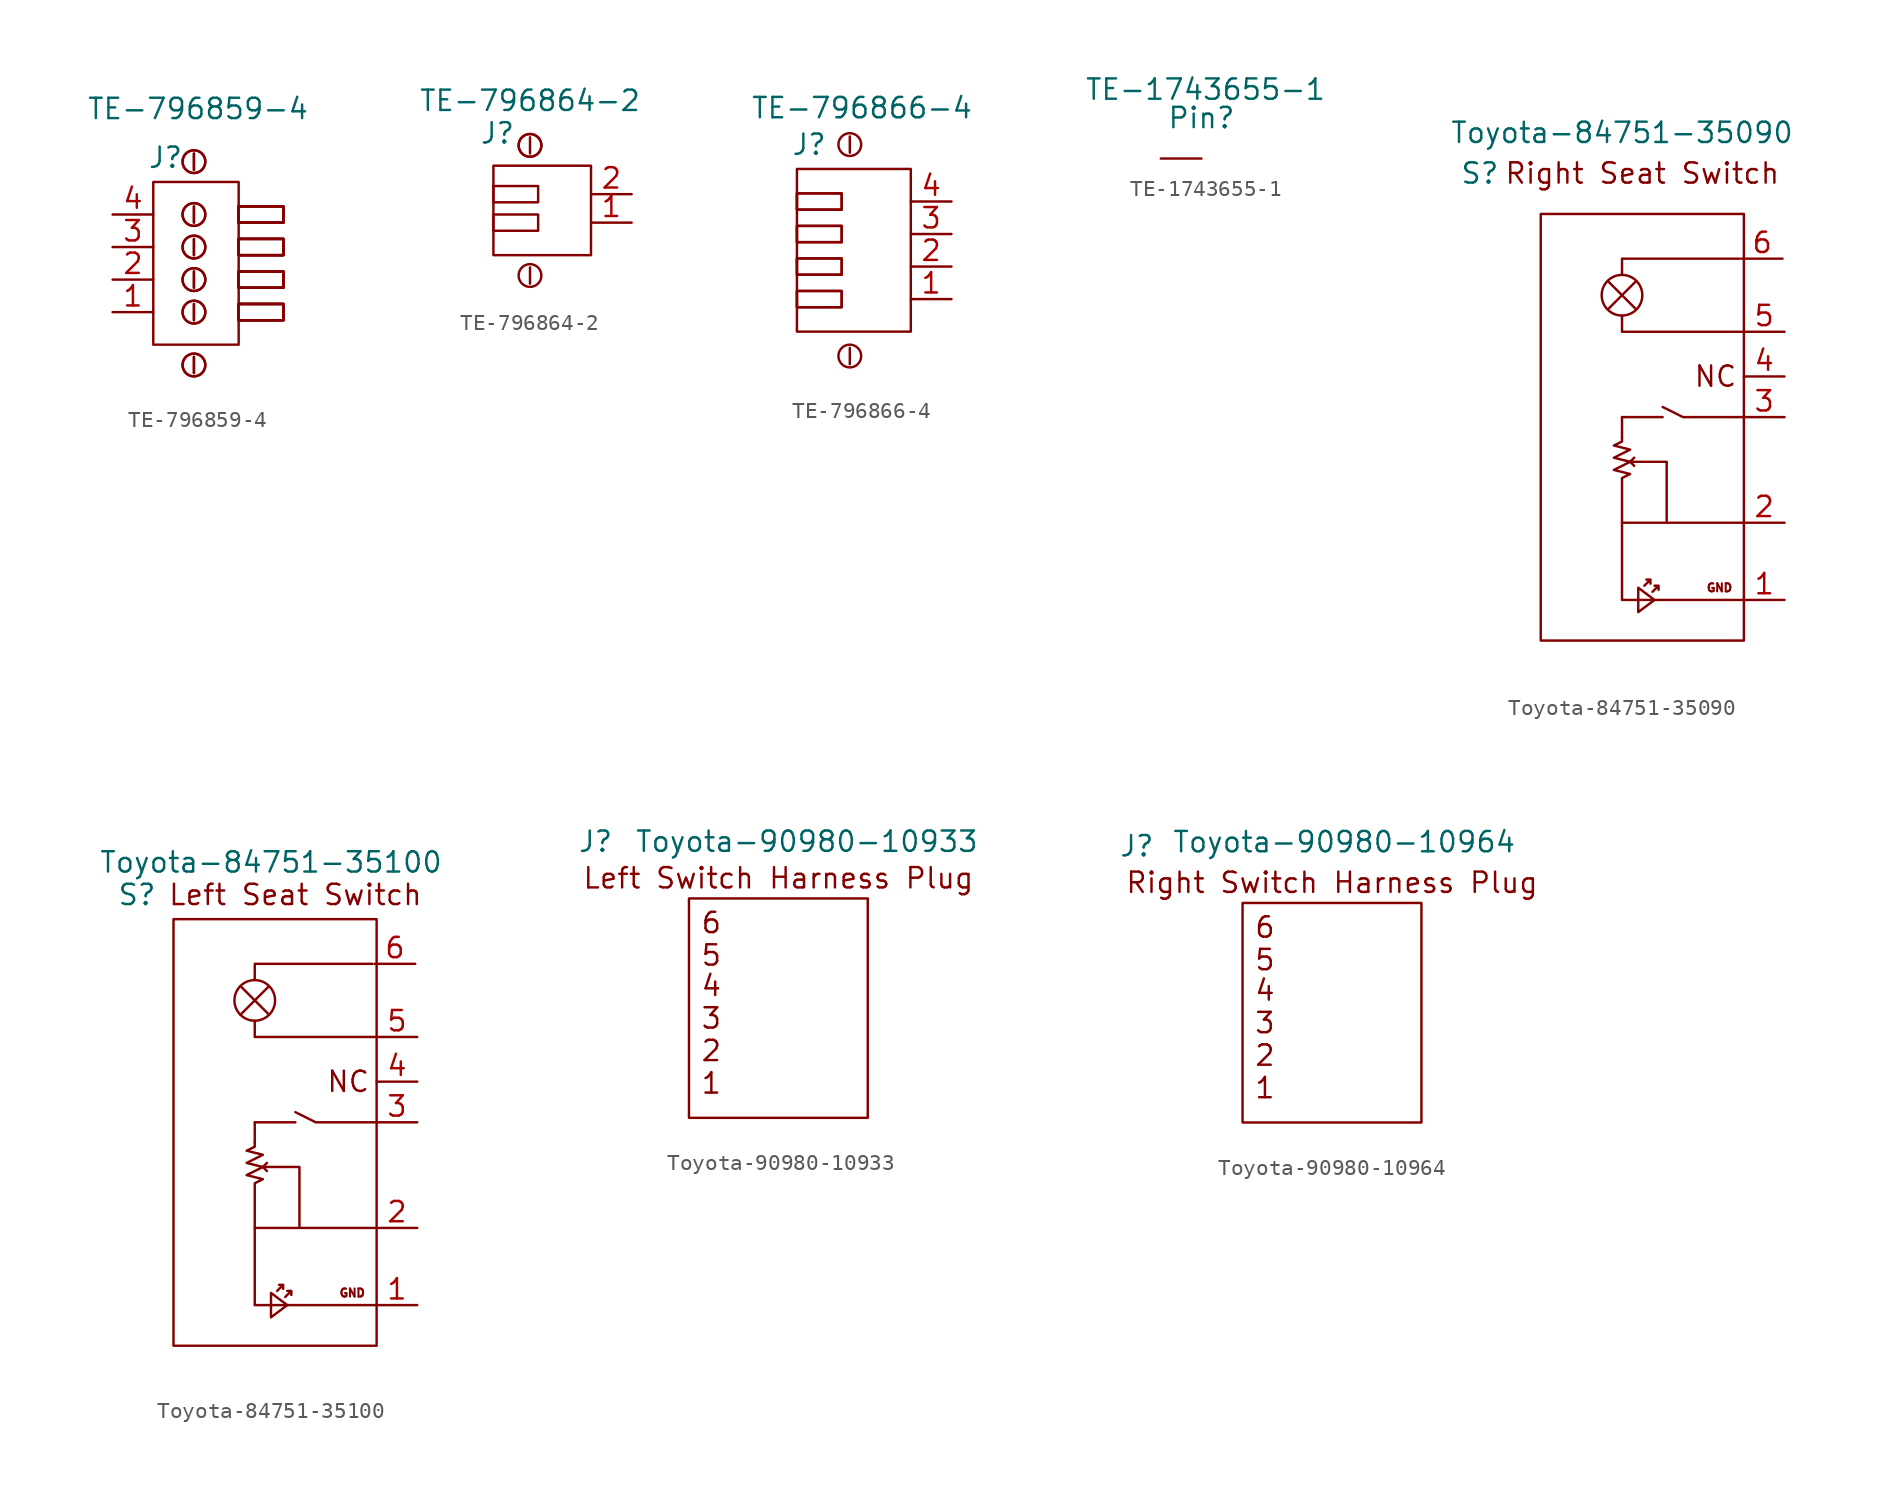
<source format=kicad_sym>
(kicad_symbol_lib
  (version 20220914)
  (generator kicad_symbol_editor)
  (symbol "TE-796859-4"
    (pin_names
      (offset 1.016) hide)
    (property "Reference" "J"
      (at -1.778 0.254 0)
      (effects (font (size 1.27 1.27))))
    (property "Value" "TE-796859-4"
      (at 0.254 3.302 0)
      (effects (font (size 1.27 1.27))))
    (symbol "TE-796859-4_1_1"
      (rectangle (start -2.54 -1.27) (end 2.794 -11.43) (stroke (width 0) (type solid)) (fill (type none)))
      (circle (center 0 -12.7) (radius 0.711) (stroke (width 0) (type solid)) (fill (type none)))
      (circle (center 0 -12.7) (radius 0.711) (stroke (width 0) (type solid)) (fill (type none)))
      (circle (center 0 -9.398) (radius 0.711) (stroke (width 0) (type solid)) (fill (type none)))
      (circle (center 0 -9.398) (radius 0.711) (stroke (width 0) (type solid)) (fill (type none)))
      (circle (center 0 -7.366) (radius 0.711) (stroke (width 0) (type solid)) (fill (type none)))
      (circle (center 0 -7.366) (radius 0.711) (stroke (width 0) (type solid)) (fill (type none)))
      (circle (center 0 -5.334) (radius 0.711) (stroke (width 0) (type solid)) (fill (type none)))
      (circle (center 0 -5.334) (radius 0.711) (stroke (width 0) (type solid)) (fill (type none)))
      (circle (center 0 -3.302) (radius 0.711) (stroke (width 0) (type solid)) (fill (type none)))
      (circle (center 0 -3.302) (radius 0.711) (stroke (width 0) (type solid)) (fill (type none)))
      (polyline (pts (xy 0 -12.192) (xy 0 -13.208)) (stroke (width 0) (type solid)) (fill (type none)))
      (polyline (pts (xy 0 -12.192) (xy 0 -13.208)) (stroke (width 0) (type solid)) (fill (type none)))
      (polyline (pts (xy 0 -8.89) (xy 0 -9.906)) (stroke (width 0) (type solid)) (fill (type none)))
      (polyline (pts (xy 0 -8.89) (xy 0 -9.906)) (stroke (width 0) (type solid)) (fill (type none)))
      (polyline (pts (xy 0 -6.858) (xy 0 -7.874)) (stroke (width 0) (type solid)) (fill (type none)))
      (polyline (pts (xy 0 -6.858) (xy 0 -7.874)) (stroke (width 0) (type solid)) (fill (type none)))
      (polyline (pts (xy 0 -4.826) (xy 0 -5.842)) (stroke (width 0) (type solid)) (fill (type none)))
      (polyline (pts (xy 0 -4.826) (xy 0 -5.842)) (stroke (width 0) (type solid)) (fill (type none)))
      (polyline (pts (xy 0 -2.794) (xy 0 -3.81)) (stroke (width 0) (type solid)) (fill (type none)))
      (polyline (pts (xy 0 -2.794) (xy 0 -3.81)) (stroke (width 0) (type solid)) (fill (type none)))
      (polyline (pts (xy 0 0.508) (xy 0 -0.508)) (stroke (width 0) (type solid)) (fill (type none)))
      (polyline (pts (xy 0 0.508) (xy 0 -0.508)) (stroke (width 0) (type solid)) (fill (type none)))
      (circle (center 0 0) (radius 0.711) (stroke (width 0) (type solid)) (fill (type none)))
      (circle (center 0 0) (radius 0.711) (stroke (width 0) (type solid)) (fill (type none)))
      (rectangle (start 2.794 -8.89) (end 5.588 -9.906) (stroke (width 0) (type solid)) (fill (type none)))
      (rectangle (start 2.794 -8.89) (end 5.588 -9.906) (stroke (width 0) (type solid)) (fill (type none)))
      (rectangle (start 2.794 -8.89) (end 5.588 -9.906) (stroke (width 0) (type solid)) (fill (type none)))
      (rectangle (start 2.794 -8.89) (end 5.588 -9.906) (stroke (width 0) (type solid)) (fill (type none)))
      (rectangle (start 2.794 -6.858) (end 5.588 -7.874) (stroke (width 0) (type solid)) (fill (type none)))
      (rectangle (start 2.794 -6.858) (end 5.588 -7.874) (stroke (width 0) (type solid)) (fill (type none)))
      (rectangle (start 2.794 -6.858) (end 5.588 -7.874) (stroke (width 0) (type solid)) (fill (type none)))
      (rectangle (start 2.794 -6.858) (end 5.588 -7.874) (stroke (width 0) (type solid)) (fill (type none)))
      (rectangle (start 2.794 -4.826) (end 5.588 -5.842) (stroke (width 0) (type solid)) (fill (type none)))
      (rectangle (start 2.794 -4.826) (end 5.588 -5.842) (stroke (width 0) (type solid)) (fill (type none)))
      (rectangle (start 2.794 -4.826) (end 5.588 -5.842) (stroke (width 0) (type solid)) (fill (type none)))
      (rectangle (start 2.794 -4.826) (end 5.588 -5.842) (stroke (width 0) (type solid)) (fill (type none)))
      (rectangle (start 2.794 -2.794) (end 5.588 -3.81) (stroke (width 0) (type solid)) (fill (type none)))
      (rectangle (start 2.794 -2.794) (end 5.588 -3.81) (stroke (width 0) (type solid)) (fill (type none)))
      (rectangle (start 2.794 -2.794) (end 5.588 -3.81) (stroke (width 0) (type solid)) (fill (type none)))
      (rectangle (start 2.794 -2.794) (end 5.588 -3.81) (stroke (width 0) (type solid)) (fill (type none)))
      (pin input line (at -5.08 -9.398 0) (length 2.54) (name "1" (effects (font (size 1.27 1.27)))) (number "1" (effects (font (size 1.27 1.27)))))
      (pin input line (at -5.08 -7.366 0) (length 2.54) (name "2" (effects (font (size 1.27 1.27)))) (number "2" (effects (font (size 1.27 1.27)))))
      (pin input line (at -5.08 -5.334 0) (length 2.54) (name "3" (effects (font (size 1.27 1.27)))) (number "3" (effects (font (size 1.27 1.27)))))
      (pin input line (at -5.08 -3.302 0) (length 2.54) (name "4" (effects (font (size 1.27 1.27)))) (number "4" (effects (font (size 1.27 1.27)))))))
  (symbol "TE-796864-2"
    (pin_names
      (offset 1.016) hide)
    (property "Reference" "J"
      (at -2.032 -2.032 0)
      (effects (font (size 1.27 1.27))))
    (property "Value" "TE-796864-2"
      (at 0 0 0)
      (effects (font (size 1.27 1.27))))
    (symbol "TE-796864-2_1_1"
      (rectangle (start -2.286 -7.112) (end 0.508 -8.128) (stroke (width 0) (type solid)) (fill (type none)))
      (rectangle (start -2.286 -5.334) (end 0.508 -6.35) (stroke (width 0) (type solid)) (fill (type none)))
      (rectangle (start -2.286 -4.064) (end 3.81 -9.652) (stroke (width 0) (type solid)) (fill (type none)))
      (circle (center 0 -10.922) (radius 0.711) (stroke (width 0) (type solid)) (fill (type none)))
      (circle (center 0 -2.794) (radius 0.711) (stroke (width 0) (type solid)) (fill (type none)))
      (circle (center 0 -2.794) (radius 0.711) (stroke (width 0) (type solid)) (fill (type none)))
      (polyline (pts (xy 0 -10.414) (xy 0 -11.43)) (stroke (width 0) (type solid)) (fill (type none)))
      (polyline (pts (xy 0 -2.286) (xy 0 -3.302)) (stroke (width 0) (type solid)) (fill (type none)))
      (pin input line (at 6.35 -7.62 180) (length 2.54) (name "1" (effects (font (size 1.27 1.27)))) (number "1" (effects (font (size 1.27 1.27)))))
      (pin input line (at 6.35 -5.842 180) (length 2.54) (name "2" (effects (font (size 1.27 1.27)))) (number "2" (effects (font (size 1.27 1.27)))))))
  (symbol "TE-796866-4"
    (pin_names
      (offset 1.016) hide)
    (property "Reference" "J"
      (at -2.54 0 0)
      (effects (font (size 1.27 1.27))))
    (property "Value" "TE-796866-4"
      (at 0.762 2.286 0)
      (effects (font (size 1.27 1.27))))
    (symbol "TE-796866-4_1_1"
      (rectangle (start -3.302 -9.144) (end -0.508 -10.16) (stroke (width 0) (type solid)) (fill (type none)))
      (rectangle (start -3.302 -9.144) (end -0.508 -10.16) (stroke (width 0) (type solid)) (fill (type none)))
      (rectangle (start -3.302 -7.112) (end -0.508 -8.128) (stroke (width 0) (type solid)) (fill (type none)))
      (rectangle (start -3.302 -7.112) (end -0.508 -8.128) (stroke (width 0) (type solid)) (fill (type none)))
      (rectangle (start -3.302 -5.08) (end -0.508 -6.096) (stroke (width 0) (type solid)) (fill (type none)))
      (rectangle (start -3.302 -5.08) (end -0.508 -6.096) (stroke (width 0) (type solid)) (fill (type none)))
      (rectangle (start -3.302 -3.048) (end -0.508 -4.064) (stroke (width 0) (type solid)) (fill (type none)))
      (rectangle (start -3.302 -3.048) (end -0.508 -4.064) (stroke (width 0) (type solid)) (fill (type none)))
      (rectangle (start -3.302 -1.524) (end 3.81 -11.684) (stroke (width 0) (type solid)) (fill (type none)))
      (circle (center 0 -13.208) (radius 0.711) (stroke (width 0) (type solid)) (fill (type none)))
      (polyline (pts (xy 0 -12.7) (xy 0 -13.716)) (stroke (width 0) (type solid)) (fill (type none)))
      (polyline (pts (xy 0 0.508) (xy 0 -0.508)) (stroke (width 0) (type solid)) (fill (type none)))
      (circle (center 0 0) (radius 0.711) (stroke (width 0) (type solid)) (fill (type none)))
      (pin input line (at 6.35 -9.652 180) (length 2.54) (name "1" (effects (font (size 1.27 1.27)))) (number "1" (effects (font (size 1.27 1.27)))))
      (pin input line (at 6.35 -7.62 180) (length 2.54) (name "2" (effects (font (size 1.27 1.27)))) (number "2" (effects (font (size 1.27 1.27)))))
      (pin input line (at 6.35 -5.588 180) (length 2.54) (name "3" (effects (font (size 1.27 1.27)))) (number "3" (effects (font (size 1.27 1.27)))))
      (pin input line (at 6.35 -3.556 180) (length 2.54) (name "4" (effects (font (size 1.27 1.27)))) (number "4" (effects (font (size 1.27 1.27)))))))
  (symbol "TE-1743655-1"
    (pin_numbers hide)
    (pin_names
      (offset 1.016) hide)
    (property "Reference" "Pin"
      (at 0 0 0)
      (effects (font (size 1.27 1.27))))
    (property "Value" "TE-1743655-1"
      (at 0.254 1.778 0)
      (effects (font (size 1.27 1.27))))
    (symbol "TE-1743655-1_1_1"
      (pin input line (at -2.54 -2.54 0) (length 2.54) (name "1" (effects (font (size 1.27 1.27)))) (number "1" (effects (font (size 1.27 1.27)))))))
  (symbol "Toyota-84751-35090"
    (pin_names
      (offset 1.016) hide)
    (property "Reference" "S"
      (at -8.89 1.27 0)
      (effects (font (size 1.27 1.27))))
    (property "Value" "Toyota-84751-35090"
      (at 0 3.81 0)
      (effects (font (size 1.27 1.27))))
    (symbol "Toyota-84751-35090_0_0"
      (circle (center 0 -6.35) (radius 1.27) (stroke (width 0) (type solid)) (fill (type none)))
      (polyline (pts (xy -0.889 -7.239) (xy 0.889 -5.461)) (stroke (width 0) (type solid)) (fill (type none)))
      (polyline (pts (xy 0 -13.97) (xy 0 -15.24)) (stroke (width 0) (type solid)) (fill (type none)))
      (polyline (pts (xy 0 -13.97) (xy 2.54 -13.97)) (stroke (width 0) (type solid)) (fill (type none)))
      (polyline (pts (xy 0.508 -16.764) (xy 0.762 -17.018)) (stroke (width 0) (type solid)) (fill (type none)))
      (polyline (pts (xy 0.508 -16.764) (xy 0.762 -16.51)) (stroke (width 0) (type solid)) (fill (type none)))
      (polyline (pts (xy 0.889 -7.239) (xy -0.889 -5.461)) (stroke (width 0) (type solid)) (fill (type none)))
      (polyline (pts (xy 0 -20.574) (xy 0 -25.4) (xy 7.62 -25.4)) (stroke (width 0) (type solid)) (fill (type none)))
      (polyline (pts (xy 0 -7.62) (xy 0 -8.636) (xy 7.62 -8.636)) (stroke (width 0) (type solid)) (fill (type none)))
      (polyline (pts (xy 0 -5.08) (xy 0 -4.064) (xy 7.366 -4.064)) (stroke (width 0) (type solid)) (fill (type none)))
      (polyline (pts (xy 2.54 -13.335) (xy 3.81 -13.97) (xy 7.62 -13.97)) (stroke (width 0) (type solid)) (fill (type none)))
      (polyline (pts (xy 0.508 -16.764) (xy 2.794 -16.764) (xy 2.794 -20.574) (xy 2.794 -20.32)) (stroke (width 0) (type solid)) (fill (type none)))
      (polyline (pts (xy 1.016 -24.638) (xy 1.016 -26.162) (xy 2.032 -25.4) (xy 1.016 -24.638)) (stroke (width 0) (type solid)) (fill (type none)))
      (polyline (pts (xy 1.397 -24.511) (xy 1.778 -24.13) (xy 1.524 -24.13) (xy 1.778 -24.13) (xy 1.778 -24.384)) (stroke (width 0) (type solid)) (fill (type none)))
      (polyline (pts (xy 1.905 -24.892) (xy 2.286 -24.511) (xy 2.032 -24.511) (xy 2.286 -24.511) (xy 2.286 -24.765)) (stroke (width 0) (type solid)) (fill (type none)))
      (polyline (pts (xy 0 -15.24) (xy 0 -15.494) (xy -0.508 -15.748) (xy 0.508 -16.002) (xy -0.508 -16.51) (xy 0.508 -16.764) (xy -0.508 -17.272) (xy 0.508 -17.526) (xy 0 -17.78) (xy 0 -18.034) (xy 0 -18.542) (xy 0 -20.574) (xy 7.62 -20.574)) (stroke (width 0) (type solid)) (fill (type none)))
      (rectangle (start 7.62 -1.27) (end -5.08 -27.94) (stroke (width 0) (type solid)) (fill (type none)))
      (text "GND" (at 6.096 -24.638 0) (effects (font (size 0.508 0.508))))
      (text "NC" (at 5.842 -11.43 0) (effects (font (size 1.27 1.27))))
      (text "Right Seat Switch" (at 1.27 1.27 0) (effects (font (size 1.27 1.27)))))
    (symbol "Toyota-84751-35090_1_1"
      (pin input line (at 10.16 -25.4 180) (length 2.54) (name "1" (effects (font (size 1.27 1.27)))) (number "1" (effects (font (size 1.27 1.27)))))
      (pin input line (at 10.16 -20.574 180) (length 2.54) (name "2" (effects (font (size 1.27 1.27)))) (number "2" (effects (font (size 1.27 1.27)))))
      (pin input line (at 10.16 -13.97 180) (length 2.54) (name "3" (effects (font (size 1.27 1.27)))) (number "3" (effects (font (size 1.27 1.27)))))
      (pin input line (at 10.16 -11.43 180) (length 2.54) (name "4" (effects (font (size 1.27 1.27)))) (number "4" (effects (font (size 1.27 1.27)))))
      (pin input line (at 10.16 -8.636 180) (length 2.54) (name "5" (effects (font (size 1.27 1.27)))) (number "5" (effects (font (size 1.27 1.27)))))
      (pin input line (at 10.033 -4.064 180) (length 2.54) (name "6" (effects (font (size 1.27 1.27)))) (number "6" (effects (font (size 1.27 1.27)))))))
  (symbol "Toyota-84751-35100"
    (pin_names
      (offset 1.016) hide)
    (property "Reference" "S"
      (at -7.366 -0.254 0)
      (effects (font (size 1.27 1.27))))
    (property "Value" "Toyota-84751-35100"
      (at 1.016 1.778 0)
      (effects (font (size 1.27 1.27))))
    (symbol "Toyota-84751-35100_0_0"
      (text "Left Seat Switch" (at 2.54 -0.254 0) (effects (font (size 1.27 1.27)))))
    (symbol "Toyota-84751-35100_1_1"
      (circle (center 0 -6.858) (radius 1.27) (stroke (width 0) (type solid)) (fill (type none)))
      (polyline (pts (xy -0.889 -7.747) (xy 0.889 -5.969)) (stroke (width 0) (type solid)) (fill (type none)))
      (polyline (pts (xy 0 -14.478) (xy 0 -15.748)) (stroke (width 0) (type solid)) (fill (type none)))
      (polyline (pts (xy 0 -14.478) (xy 2.54 -14.478)) (stroke (width 0) (type solid)) (fill (type none)))
      (polyline (pts (xy 0.508 -17.272) (xy 0.762 -17.526)) (stroke (width 0) (type solid)) (fill (type none)))
      (polyline (pts (xy 0.508 -17.272) (xy 0.762 -17.018)) (stroke (width 0) (type solid)) (fill (type none)))
      (polyline (pts (xy 0.889 -7.747) (xy -0.889 -5.969)) (stroke (width 0) (type solid)) (fill (type none)))
      (polyline (pts (xy 0 -21.082) (xy 0 -25.908) (xy 7.62 -25.908)) (stroke (width 0) (type solid)) (fill (type none)))
      (polyline (pts (xy 0 -8.128) (xy 0 -9.144) (xy 7.62 -9.144)) (stroke (width 0) (type solid)) (fill (type none)))
      (polyline (pts (xy 0 -5.588) (xy 0 -4.572) (xy 7.366 -4.572)) (stroke (width 0) (type solid)) (fill (type none)))
      (polyline (pts (xy 2.54 -13.843) (xy 3.81 -14.478) (xy 7.62 -14.478)) (stroke (width 0) (type solid)) (fill (type none)))
      (polyline (pts (xy 0.508 -17.272) (xy 2.794 -17.272) (xy 2.794 -21.082) (xy 2.794 -20.828)) (stroke (width 0) (type solid)) (fill (type none)))
      (polyline (pts (xy 1.016 -25.146) (xy 1.016 -26.67) (xy 2.032 -25.908) (xy 1.016 -25.146)) (stroke (width 0) (type solid)) (fill (type none)))
      (polyline (pts (xy 1.397 -25.019) (xy 1.778 -24.638) (xy 1.524 -24.638) (xy 1.778 -24.638) (xy 1.778 -24.892)) (stroke (width 0) (type solid)) (fill (type none)))
      (polyline (pts (xy 1.905 -25.4) (xy 2.286 -25.019) (xy 2.032 -25.019) (xy 2.286 -25.019) (xy 2.286 -25.273)) (stroke (width 0) (type solid)) (fill (type none)))
      (polyline (pts (xy 0 -15.748) (xy 0 -16.002) (xy -0.508 -16.256) (xy 0.508 -16.51) (xy -0.508 -17.018) (xy 0.508 -17.272) (xy -0.508 -17.78) (xy 0.508 -18.034) (xy 0 -18.288) (xy 0 -18.542) (xy 0 -19.05) (xy 0 -21.082) (xy 7.62 -21.082)) (stroke (width 0) (type solid)) (fill (type none)))
      (rectangle (start 7.62 -1.778) (end -5.08 -28.448) (stroke (width 0) (type solid)) (fill (type none)))
      (text "GND" (at 6.096 -25.146 0) (effects (font (size 0.508 0.508))))
      (text "NC" (at 5.842 -11.938 0) (effects (font (size 1.27 1.27))))
      (pin input line (at 10.16 -25.908 180) (length 2.54) (name "1" (effects (font (size 1.27 1.27)))) (number "1" (effects (font (size 1.27 1.27)))))
      (pin input line (at 10.16 -21.082 180) (length 2.54) (name "2" (effects (font (size 1.27 1.27)))) (number "2" (effects (font (size 1.27 1.27)))))
      (pin input line (at 10.16 -14.478 180) (length 2.54) (name "3" (effects (font (size 1.27 1.27)))) (number "3" (effects (font (size 1.27 1.27)))))
      (pin input line (at 10.16 -11.938 180) (length 2.54) (name "4" (effects (font (size 1.27 1.27)))) (number "4" (effects (font (size 1.27 1.27)))))
      (pin input line (at 10.16 -9.144 180) (length 2.54) (name "5" (effects (font (size 1.27 1.27)))) (number "5" (effects (font (size 1.27 1.27)))))
      (pin input line (at 10.033 -4.572 180) (length 2.54) (name "6" (effects (font (size 1.27 1.27)))) (number "6" (effects (font (size 1.27 1.27)))))))
  (symbol "Toyota-90980-10933"
    (pin_names
      (offset 1.016))
    (property "Reference" "J"
      (at -9.398 -0.762 0)
      (effects (font (size 1.27 1.27))))
    (property "Value" "Toyota-90980-10933"
      (at 3.81 -0.762 0)
      (effects (font (size 1.27 1.27))))
    (symbol "Toyota-90980-10933_0_0"
      (text "1" (at -2.159 -15.875 0) (effects (font (size 1.27 1.27))))
      (text "2" (at -2.159 -13.843 0) (effects (font (size 1.27 1.27))))
      (text "3" (at -2.159 -11.811 0) (effects (font (size 1.27 1.27))))
      (text "4" (at -2.159 -9.779 0) (effects (font (size 1.27 1.27))))
      (text "5" (at -2.159 -7.874 0) (effects (font (size 1.27 1.27))))
      (text "6" (at -2.159 -5.842 0) (effects (font (size 1.27 1.27)))))
    (symbol "Toyota-90980-10933_1_1"
      (rectangle (start -3.556 -4.318) (end 7.62 -18.034) (stroke (width 0) (type solid)) (fill (type none)))
      (text "Left Switch Harness Plug" (at 2.032 -3.048 0) (effects (font (size 1.27 1.27))))))
  (symbol "Toyota-90980-10964"
    (pin_names
      (offset 1.016))
    (property "Reference" "J"
      (at -8.382 1.016 0)
      (effects (font (size 1.27 1.27))))
    (property "Value" "Toyota-90980-10964"
      (at 4.572 1.27 0)
      (effects (font (size 1.27 1.27))))
    (symbol "Toyota-90980-10964_0_0"
      (rectangle (start -1.778 -2.54) (end 9.398 -16.256) (stroke (width 0) (type solid)) (fill (type none)))
      (text "Right Switch Harness Plug" (at 3.81 -1.27 0) (effects (font (size 1.27 1.27)))))
    (symbol "Toyota-90980-10964_1_1"
      (text "1" (at -0.381 -14.097 0) (effects (font (size 1.27 1.27))))
      (text "2" (at -0.381 -12.065 0) (effects (font (size 1.27 1.27))))
      (text "3" (at -0.381 -10.033 0) (effects (font (size 1.27 1.27))))
      (text "4" (at -0.381 -8.001 0) (effects (font (size 1.27 1.27))))
      (text "5" (at -0.381 -6.096 0) (effects (font (size 1.27 1.27))))
      (text "6" (at -0.381 -4.064 0) (effects (font (size 1.27 1.27)))))))
</source>
